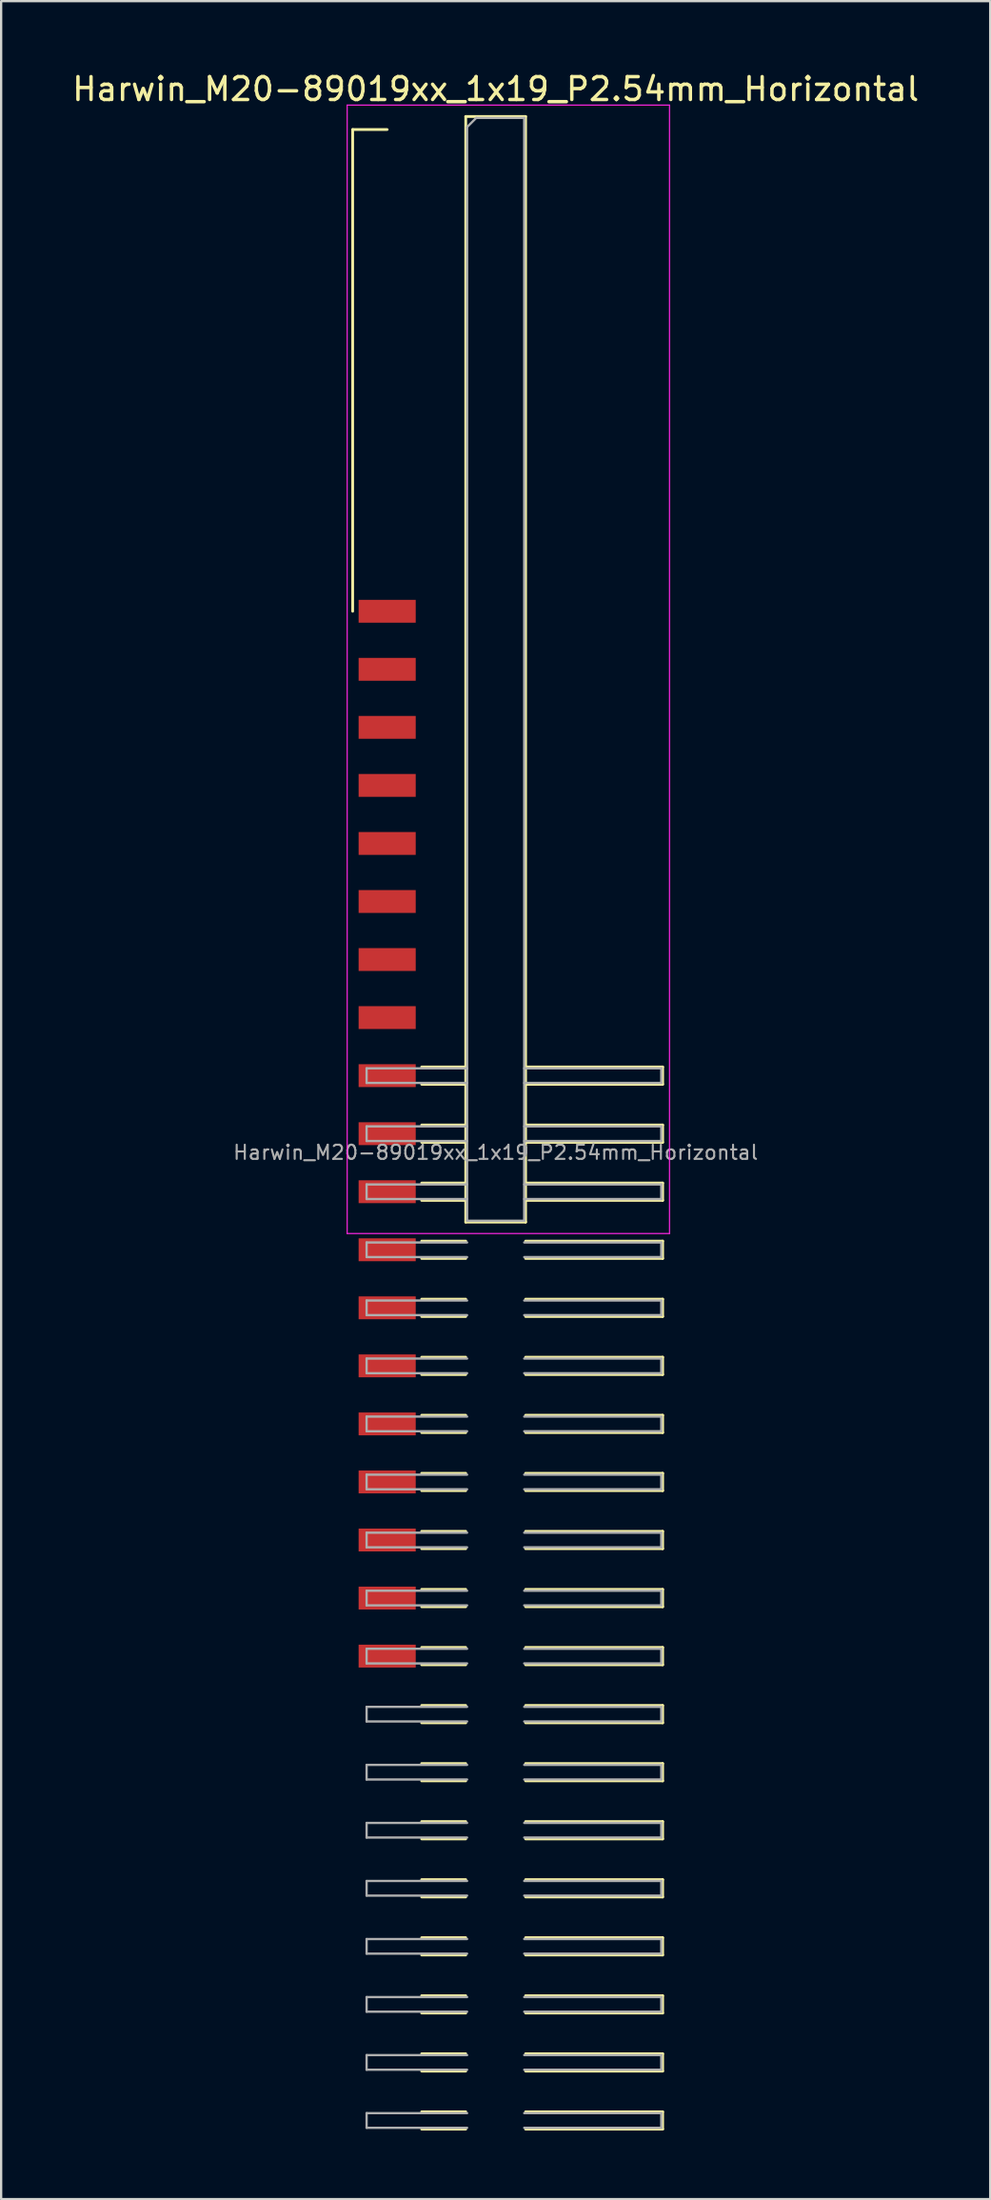
<source format=kicad_pcb>
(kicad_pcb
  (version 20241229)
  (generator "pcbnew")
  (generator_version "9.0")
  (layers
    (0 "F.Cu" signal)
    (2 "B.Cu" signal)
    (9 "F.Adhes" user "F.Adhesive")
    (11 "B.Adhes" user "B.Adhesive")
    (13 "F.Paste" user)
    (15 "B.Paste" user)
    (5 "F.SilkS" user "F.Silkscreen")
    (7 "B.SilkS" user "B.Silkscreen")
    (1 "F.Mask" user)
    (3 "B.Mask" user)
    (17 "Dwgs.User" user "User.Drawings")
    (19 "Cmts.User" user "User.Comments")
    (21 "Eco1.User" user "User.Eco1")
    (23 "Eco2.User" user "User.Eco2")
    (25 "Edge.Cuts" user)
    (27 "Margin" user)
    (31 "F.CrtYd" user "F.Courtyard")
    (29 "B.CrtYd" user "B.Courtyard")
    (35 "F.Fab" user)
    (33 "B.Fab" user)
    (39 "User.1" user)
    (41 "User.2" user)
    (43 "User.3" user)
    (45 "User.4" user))
  (footprint "Harwin_M20-89019xx_1x19_P2.54mm_Horizontal"
    (layer "F.Cu")
    (at 13.899 23.698)
    (property "Reference" "Harwin_M20-89019xx_1x19_P2.54mm_Horizontal" (at 4.75 -22.85 0) (layer "F.SilkS") (effects (font (size 1 1) (thickness 0.15))))
    (attr smd)
    (fp_line (start -1.51 -21.08) (end 0 -21.08) (stroke (width 0.12) (type solid)) (layer "F.SilkS"))
    (fp_line (start -1.51 0) (end -1.51 -21.08) (stroke (width 0.12) (type solid)) (layer "F.SilkS"))
    (fp_line (start 1.51 19.94) (end 3.44 19.94) (stroke (width 0.12) (type solid)) (layer "F.SilkS"))
    (fp_line (start 1.51 20.7) (end 3.44 20.7) (stroke (width 0.12) (type solid)) (layer "F.SilkS"))
    (fp_line (start 1.51 22.48) (end 3.44 22.48) (stroke (width 0.12) (type solid)) (layer "F.SilkS"))
    (fp_line (start 1.51 23.24) (end 3.44 23.24) (stroke (width 0.12) (type solid)) (layer "F.SilkS"))
    (fp_line (start 1.51 25.02) (end 3.44 25.02) (stroke (width 0.12) (type solid)) (layer "F.SilkS"))
    (fp_line (start 1.51 25.78) (end 3.44 25.78) (stroke (width 0.12) (type solid)) (layer "F.SilkS"))
    (fp_line (start 1.51 27.56) (end 3.44 27.56) (stroke (width 0.12) (type solid)) (layer "F.SilkS"))
    (fp_line (start 1.51 28.32) (end 3.44 28.32) (stroke (width 0.12) (type solid)) (layer "F.SilkS"))
    (fp_line (start 1.51 30.1) (end 3.44 30.1) (stroke (width 0.12) (type solid)) (layer "F.SilkS"))
    (fp_line (start 1.51 30.86) (end 3.44 30.86) (stroke (width 0.12) (type solid)) (layer "F.SilkS"))
    (fp_line (start 1.51 32.64) (end 3.44 32.64) (stroke (width 0.12) (type solid)) (layer "F.SilkS"))
    (fp_line (start 1.51 33.4) (end 3.44 33.4) (stroke (width 0.12) (type solid)) (layer "F.SilkS"))
    (fp_line (start 1.51 35.18) (end 3.44 35.18) (stroke (width 0.12) (type solid)) (layer "F.SilkS"))
    (fp_line (start 1.51 35.94) (end 3.44 35.94) (stroke (width 0.12) (type solid)) (layer "F.SilkS"))
    (fp_line (start 1.51 37.72) (end 3.44 37.72) (stroke (width 0.12) (type solid)) (layer "F.SilkS"))
    (fp_line (start 1.51 38.48) (end 3.44 38.48) (stroke (width 0.12) (type solid)) (layer "F.SilkS"))
    (fp_line (start 1.51 40.26) (end 3.44 40.26) (stroke (width 0.12) (type solid)) (layer "F.SilkS"))
    (fp_line (start 1.51 41.02) (end 3.44 41.02) (stroke (width 0.12) (type solid)) (layer "F.SilkS"))
    (fp_line (start 1.51 42.8) (end 3.44 42.8) (stroke (width 0.12) (type solid)) (layer "F.SilkS"))
    (fp_line (start 1.51 43.56) (end 3.44 43.56) (stroke (width 0.12) (type solid)) (layer "F.SilkS"))
    (fp_line (start 1.51 45.34) (end 3.44 45.34) (stroke (width 0.12) (type solid)) (layer "F.SilkS"))
    (fp_line (start 1.51 46.1) (end 3.44 46.1) (stroke (width 0.12) (type solid)) (layer "F.SilkS"))
    (fp_line (start 1.51 47.88) (end 3.44 47.88) (stroke (width 0.12) (type solid)) (layer "F.SilkS"))
    (fp_line (start 1.51 48.64) (end 3.44 48.64) (stroke (width 0.12) (type solid)) (layer "F.SilkS"))
    (fp_line (start 1.51 50.42) (end 3.44 50.42) (stroke (width 0.12) (type solid)) (layer "F.SilkS"))
    (fp_line (start 1.51 51.18) (end 3.44 51.18) (stroke (width 0.12) (type solid)) (layer "F.SilkS"))
    (fp_line (start 1.51 52.96) (end 3.44 52.96) (stroke (width 0.12) (type solid)) (layer "F.SilkS"))
    (fp_line (start 1.51 53.72) (end 3.44 53.72) (stroke (width 0.12) (type solid)) (layer "F.SilkS"))
    (fp_line (start 1.51 55.5) (end 3.44 55.5) (stroke (width 0.12) (type solid)) (layer "F.SilkS"))
    (fp_line (start 1.51 56.26) (end 3.44 56.26) (stroke (width 0.12) (type solid)) (layer "F.SilkS"))
    (fp_line (start 1.51 58.04) (end 3.44 58.04) (stroke (width 0.12) (type solid)) (layer "F.SilkS"))
    (fp_line (start 1.51 58.8) (end 3.44 58.8) (stroke (width 0.12) (type solid)) (layer "F.SilkS"))
    (fp_line (start 1.51 60.58) (end 3.44 60.58) (stroke (width 0.12) (type solid)) (layer "F.SilkS"))
    (fp_line (start 1.51 61.34) (end 3.44 61.34) (stroke (width 0.12) (type solid)) (layer "F.SilkS"))
    (fp_line (start 1.51 63.12) (end 3.44 63.12) (stroke (width 0.12) (type solid)) (layer "F.SilkS"))
    (fp_line (start 1.51 63.88) (end 3.44 63.88) (stroke (width 0.12) (type solid)) (layer "F.SilkS"))
    (fp_line (start 1.51 65.66) (end 3.44 65.66) (stroke (width 0.12) (type solid)) (layer "F.SilkS"))
    (fp_line (start 1.51 66.42) (end 3.44 66.42) (stroke (width 0.12) (type solid)) (layer "F.SilkS"))
    (fp_line (start 3.44 -21.65) (end 6.06 -21.65) (stroke (width 0.12) (type solid)) (layer "F.SilkS"))
    (fp_line (start 3.44 26.73) (end 3.44 -21.65) (stroke (width 0.12) (type solid)) (layer "F.SilkS"))
    (fp_line (start 6.06 -21.65) (end 6.06 26.73) (stroke (width 0.12) (type solid)) (layer "F.SilkS"))
    (fp_line (start 6.06 19.94) (end 12.06 19.94) (stroke (width 0.12) (type solid)) (layer "F.SilkS"))
    (fp_line (start 6.06 22.48) (end 12.06 22.48) (stroke (width 0.12) (type solid)) (layer "F.SilkS"))
    (fp_line (start 6.06 25.02) (end 12.06 25.02) (stroke (width 0.12) (type solid)) (layer "F.SilkS"))
    (fp_line (start 6.06 26.73) (end 3.44 26.73) (stroke (width 0.12) (type solid)) (layer "F.SilkS"))
    (fp_line (start 6.06 27.56) (end 12.06 27.56) (stroke (width 0.12) (type solid)) (layer "F.SilkS"))
    (fp_line (start 6.06 30.1) (end 12.06 30.1) (stroke (width 0.12) (type solid)) (layer "F.SilkS"))
    (fp_line (start 6.06 32.64) (end 12.06 32.64) (stroke (width 0.12) (type solid)) (layer "F.SilkS"))
    (fp_line (start 6.06 35.18) (end 12.06 35.18) (stroke (width 0.12) (type solid)) (layer "F.SilkS"))
    (fp_line (start 6.06 37.72) (end 12.06 37.72) (stroke (width 0.12) (type solid)) (layer "F.SilkS"))
    (fp_line (start 6.06 40.26) (end 12.06 40.26) (stroke (width 0.12) (type solid)) (layer "F.SilkS"))
    (fp_line (start 6.06 42.8) (end 12.06 42.8) (stroke (width 0.12) (type solid)) (layer "F.SilkS"))
    (fp_line (start 6.06 45.34) (end 12.06 45.34) (stroke (width 0.12) (type solid)) (layer "F.SilkS"))
    (fp_line (start 6.06 47.88) (end 12.06 47.88) (stroke (width 0.12) (type solid)) (layer "F.SilkS"))
    (fp_line (start 6.06 50.42) (end 12.06 50.42) (stroke (width 0.12) (type solid)) (layer "F.SilkS"))
    (fp_line (start 6.06 52.96) (end 12.06 52.96) (stroke (width 0.12) (type solid)) (layer "F.SilkS"))
    (fp_line (start 6.06 55.5) (end 12.06 55.5) (stroke (width 0.12) (type solid)) (layer "F.SilkS"))
    (fp_line (start 6.06 58.04) (end 12.06 58.04) (stroke (width 0.12) (type solid)) (layer "F.SilkS"))
    (fp_line (start 6.06 60.58) (end 12.06 60.58) (stroke (width 0.12) (type solid)) (layer "F.SilkS"))
    (fp_line (start 6.06 63.12) (end 12.06 63.12) (stroke (width 0.12) (type solid)) (layer "F.SilkS"))
    (fp_line (start 6.06 65.66) (end 12.06 65.66) (stroke (width 0.12) (type solid)) (layer "F.SilkS"))
    (fp_line (start 12.06 19.94) (end 12.06 20.7) (stroke (width 0.12) (type solid)) (layer "F.SilkS"))
    (fp_line (start 12.06 20.7) (end 6.06 20.7) (stroke (width 0.12) (type solid)) (layer "F.SilkS"))
    (fp_line (start 12.06 22.48) (end 12.06 23.24) (stroke (width 0.12) (type solid)) (layer "F.SilkS"))
    (fp_line (start 12.06 23.24) (end 6.06 23.24) (stroke (width 0.12) (type solid)) (layer "F.SilkS"))
    (fp_line (start 12.06 25.02) (end 12.06 25.78) (stroke (width 0.12) (type solid)) (layer "F.SilkS"))
    (fp_line (start 12.06 25.78) (end 6.06 25.78) (stroke (width 0.12) (type solid)) (layer "F.SilkS"))
    (fp_line (start 12.06 27.56) (end 12.06 28.32) (stroke (width 0.12) (type solid)) (layer "F.SilkS"))
    (fp_line (start 12.06 28.32) (end 6.06 28.32) (stroke (width 0.12) (type solid)) (layer "F.SilkS"))
    (fp_line (start 12.06 30.1) (end 12.06 30.86) (stroke (width 0.12) (type solid)) (layer "F.SilkS"))
    (fp_line (start 12.06 30.86) (end 6.06 30.86) (stroke (width 0.12) (type solid)) (layer "F.SilkS"))
    (fp_line (start 12.06 32.64) (end 12.06 33.4) (stroke (width 0.12) (type solid)) (layer "F.SilkS"))
    (fp_line (start 12.06 33.4) (end 6.06 33.4) (stroke (width 0.12) (type solid)) (layer "F.SilkS"))
    (fp_line (start 12.06 35.18) (end 12.06 35.94) (stroke (width 0.12) (type solid)) (layer "F.SilkS"))
    (fp_line (start 12.06 35.94) (end 6.06 35.94) (stroke (width 0.12) (type solid)) (layer "F.SilkS"))
    (fp_line (start 12.06 37.72) (end 12.06 38.48) (stroke (width 0.12) (type solid)) (layer "F.SilkS"))
    (fp_line (start 12.06 38.48) (end 6.06 38.48) (stroke (width 0.12) (type solid)) (layer "F.SilkS"))
    (fp_line (start 12.06 40.26) (end 12.06 41.02) (stroke (width 0.12) (type solid)) (layer "F.SilkS"))
    (fp_line (start 12.06 41.02) (end 6.06 41.02) (stroke (width 0.12) (type solid)) (layer "F.SilkS"))
    (fp_line (start 12.06 42.8) (end 12.06 43.56) (stroke (width 0.12) (type solid)) (layer "F.SilkS"))
    (fp_line (start 12.06 43.56) (end 6.06 43.56) (stroke (width 0.12) (type solid)) (layer "F.SilkS"))
    (fp_line (start 12.06 45.34) (end 12.06 46.1) (stroke (width 0.12) (type solid)) (layer "F.SilkS"))
    (fp_line (start 12.06 46.1) (end 6.06 46.1) (stroke (width 0.12) (type solid)) (layer "F.SilkS"))
    (fp_line (start 12.06 47.88) (end 12.06 48.64) (stroke (width 0.12) (type solid)) (layer "F.SilkS"))
    (fp_line (start 12.06 48.64) (end 6.06 48.64) (stroke (width 0.12) (type solid)) (layer "F.SilkS"))
    (fp_line (start 12.06 50.42) (end 12.06 51.18) (stroke (width 0.12) (type solid)) (layer "F.SilkS"))
    (fp_line (start 12.06 51.18) (end 6.06 51.18) (stroke (width 0.12) (type solid)) (layer "F.SilkS"))
    (fp_line (start 12.06 52.96) (end 12.06 53.72) (stroke (width 0.12) (type solid)) (layer "F.SilkS"))
    (fp_line (start 12.06 53.72) (end 6.06 53.72) (stroke (width 0.12) (type solid)) (layer "F.SilkS"))
    (fp_line (start 12.06 55.5) (end 12.06 56.26) (stroke (width 0.12) (type solid)) (layer "F.SilkS"))
    (fp_line (start 12.06 56.26) (end 6.06 56.26) (stroke (width 0.12) (type solid)) (layer "F.SilkS"))
    (fp_line (start 12.06 58.04) (end 12.06 58.8) (stroke (width 0.12) (type solid)) (layer "F.SilkS"))
    (fp_line (start 12.06 58.8) (end 6.06 58.8) (stroke (width 0.12) (type solid)) (layer "F.SilkS"))
    (fp_line (start 12.06 60.58) (end 12.06 61.34) (stroke (width 0.12) (type solid)) (layer "F.SilkS"))
    (fp_line (start 12.06 61.34) (end 6.06 61.34) (stroke (width 0.12) (type solid)) (layer "F.SilkS"))
    (fp_line (start 12.06 63.12) (end 12.06 63.88) (stroke (width 0.12) (type solid)) (layer "F.SilkS"))
    (fp_line (start 12.06 63.88) (end 6.06 63.88) (stroke (width 0.12) (type solid)) (layer "F.SilkS"))
    (fp_line (start 12.06 65.66) (end 12.06 66.42) (stroke (width 0.12) (type solid)) (layer "F.SilkS"))
    (fp_line (start 12.06 66.42) (end 6.06 66.42) (stroke (width 0.12) (type solid)) (layer "F.SilkS"))
    (fp_line (start -1.75 -22.15) (end 12.36 -22.15) (stroke (width 0.05) (type solid)) (layer "F.CrtYd"))
    (fp_line (start -1.75 27.23) (end -1.75 -22.15) (stroke (width 0.05) (type solid)) (layer "F.CrtYd"))
    (fp_line (start 12.36 -22.15) (end 12.36 27.23) (stroke (width 0.05) (type solid)) (layer "F.CrtYd"))
    (fp_line (start 12.36 27.23) (end -1.75 27.23) (stroke (width 0.05) (type solid)) (layer "F.CrtYd"))
    (fp_line (start -0.9 20) (end -0.9 20.64) (stroke (width 0.1) (type solid)) (layer "F.Fab"))
    (fp_line (start -0.9 20.64) (end 3.5 20.64) (stroke (width 0.1) (type solid)) (layer "F.Fab"))
    (fp_line (start -0.9 22.54) (end -0.9 23.18) (stroke (width 0.1) (type solid)) (layer "F.Fab"))
    (fp_line (start -0.9 23.18) (end 3.5 23.18) (stroke (width 0.1) (type solid)) (layer "F.Fab"))
    (fp_line (start -0.9 25.08) (end -0.9 25.72) (stroke (width 0.1) (type solid)) (layer "F.Fab"))
    (fp_line (start -0.9 25.72) (end 3.5 25.72) (stroke (width 0.1) (type solid)) (layer "F.Fab"))
    (fp_line (start -0.9 27.62) (end -0.9 28.26) (stroke (width 0.1) (type solid)) (layer "F.Fab"))
    (fp_line (start -0.9 28.26) (end 3.5 28.26) (stroke (width 0.1) (type solid)) (layer "F.Fab"))
    (fp_line (start -0.9 30.16) (end -0.9 30.8) (stroke (width 0.1) (type solid)) (layer "F.Fab"))
    (fp_line (start -0.9 30.8) (end 3.5 30.8) (stroke (width 0.1) (type solid)) (layer "F.Fab"))
    (fp_line (start -0.9 32.7) (end -0.9 33.34) (stroke (width 0.1) (type solid)) (layer "F.Fab"))
    (fp_line (start -0.9 33.34) (end 3.5 33.34) (stroke (width 0.1) (type solid)) (layer "F.Fab"))
    (fp_line (start -0.9 35.24) (end -0.9 35.88) (stroke (width 0.1) (type solid)) (layer "F.Fab"))
    (fp_line (start -0.9 35.88) (end 3.5 35.88) (stroke (width 0.1) (type solid)) (layer "F.Fab"))
    (fp_line (start -0.9 37.78) (end -0.9 38.42) (stroke (width 0.1) (type solid)) (layer "F.Fab"))
    (fp_line (start -0.9 38.42) (end 3.5 38.42) (stroke (width 0.1) (type solid)) (layer "F.Fab"))
    (fp_line (start -0.9 40.32) (end -0.9 40.96) (stroke (width 0.1) (type solid)) (layer "F.Fab"))
    (fp_line (start -0.9 40.96) (end 3.5 40.96) (stroke (width 0.1) (type solid)) (layer "F.Fab"))
    (fp_line (start -0.9 42.86) (end -0.9 43.5) (stroke (width 0.1) (type solid)) (layer "F.Fab"))
    (fp_line (start -0.9 43.5) (end 3.5 43.5) (stroke (width 0.1) (type solid)) (layer "F.Fab"))
    (fp_line (start -0.9 45.4) (end -0.9 46.04) (stroke (width 0.1) (type solid)) (layer "F.Fab"))
    (fp_line (start -0.9 46.04) (end 3.5 46.04) (stroke (width 0.1) (type solid)) (layer "F.Fab"))
    (fp_line (start -0.9 47.94) (end -0.9 48.58) (stroke (width 0.1) (type solid)) (layer "F.Fab"))
    (fp_line (start -0.9 48.58) (end 3.5 48.58) (stroke (width 0.1) (type solid)) (layer "F.Fab"))
    (fp_line (start -0.9 50.48) (end -0.9 51.12) (stroke (width 0.1) (type solid)) (layer "F.Fab"))
    (fp_line (start -0.9 51.12) (end 3.5 51.12) (stroke (width 0.1) (type solid)) (layer "F.Fab"))
    (fp_line (start -0.9 53.02) (end -0.9 53.66) (stroke (width 0.1) (type solid)) (layer "F.Fab"))
    (fp_line (start -0.9 53.66) (end 3.5 53.66) (stroke (width 0.1) (type solid)) (layer "F.Fab"))
    (fp_line (start -0.9 55.56) (end -0.9 56.2) (stroke (width 0.1) (type solid)) (layer "F.Fab"))
    (fp_line (start -0.9 56.2) (end 3.5 56.2) (stroke (width 0.1) (type solid)) (layer "F.Fab"))
    (fp_line (start -0.9 58.1) (end -0.9 58.74) (stroke (width 0.1) (type solid)) (layer "F.Fab"))
    (fp_line (start -0.9 58.74) (end 3.5 58.74) (stroke (width 0.1) (type solid)) (layer "F.Fab"))
    (fp_line (start -0.9 60.64) (end -0.9 61.28) (stroke (width 0.1) (type solid)) (layer "F.Fab"))
    (fp_line (start -0.9 61.28) (end 3.5 61.28) (stroke (width 0.1) (type solid)) (layer "F.Fab"))
    (fp_line (start -0.9 63.18) (end -0.9 63.82) (stroke (width 0.1) (type solid)) (layer "F.Fab"))
    (fp_line (start -0.9 63.82) (end 3.5 63.82) (stroke (width 0.1) (type solid)) (layer "F.Fab"))
    (fp_line (start -0.9 65.72) (end -0.9 66.36) (stroke (width 0.1) (type solid)) (layer "F.Fab"))
    (fp_line (start -0.9 66.36) (end 3.5 66.36) (stroke (width 0.1) (type solid)) (layer "F.Fab"))
    (fp_line (start 3.5 -21.19) (end 3.9 -21.59) (stroke (width 0.1) (type solid)) (layer "F.Fab"))
    (fp_line (start 3.5 20) (end -0.9 20) (stroke (width 0.1) (type solid)) (layer "F.Fab"))
    (fp_line (start 3.5 22.54) (end -0.9 22.54) (stroke (width 0.1) (type solid)) (layer "F.Fab"))
    (fp_line (start 3.5 25.08) (end -0.9 25.08) (stroke (width 0.1) (type solid)) (layer "F.Fab"))
    (fp_line (start 3.5 26.67) (end 3.5 -21.19) (stroke (width 0.1) (type solid)) (layer "F.Fab"))
    (fp_line (start 3.5 27.62) (end -0.9 27.62) (stroke (width 0.1) (type solid)) (layer "F.Fab"))
    (fp_line (start 3.5 30.16) (end -0.9 30.16) (stroke (width 0.1) (type solid)) (layer "F.Fab"))
    (fp_line (start 3.5 32.7) (end -0.9 32.7) (stroke (width 0.1) (type solid)) (layer "F.Fab"))
    (fp_line (start 3.5 35.24) (end -0.9 35.24) (stroke (width 0.1) (type solid)) (layer "F.Fab"))
    (fp_line (start 3.5 37.78) (end -0.9 37.78) (stroke (width 0.1) (type solid)) (layer "F.Fab"))
    (fp_line (start 3.5 40.32) (end -0.9 40.32) (stroke (width 0.1) (type solid)) (layer "F.Fab"))
    (fp_line (start 3.5 42.86) (end -0.9 42.86) (stroke (width 0.1) (type solid)) (layer "F.Fab"))
    (fp_line (start 3.5 45.4) (end -0.9 45.4) (stroke (width 0.1) (type solid)) (layer "F.Fab"))
    (fp_line (start 3.5 47.94) (end -0.9 47.94) (stroke (width 0.1) (type solid)) (layer "F.Fab"))
    (fp_line (start 3.5 50.48) (end -0.9 50.48) (stroke (width 0.1) (type solid)) (layer "F.Fab"))
    (fp_line (start 3.5 53.02) (end -0.9 53.02) (stroke (width 0.1) (type solid)) (layer "F.Fab"))
    (fp_line (start 3.5 55.56) (end -0.9 55.56) (stroke (width 0.1) (type solid)) (layer "F.Fab"))
    (fp_line (start 3.5 58.1) (end -0.9 58.1) (stroke (width 0.1) (type solid)) (layer "F.Fab"))
    (fp_line (start 3.5 60.64) (end -0.9 60.64) (stroke (width 0.1) (type solid)) (layer "F.Fab"))
    (fp_line (start 3.5 63.18) (end -0.9 63.18) (stroke (width 0.1) (type solid)) (layer "F.Fab"))
    (fp_line (start 3.5 65.72) (end -0.9 65.72) (stroke (width 0.1) (type solid)) (layer "F.Fab"))
    (fp_line (start 3.9 -21.59) (end 6 -21.59) (stroke (width 0.1) (type solid)) (layer "F.Fab"))
    (fp_line (start 6 -21.59) (end 6 26.67) (stroke (width 0.1) (type solid)) (layer "F.Fab"))
    (fp_line (start 6 20) (end 12 20) (stroke (width 0.1) (type solid)) (layer "F.Fab"))
    (fp_line (start 6 22.54) (end 12 22.54) (stroke (width 0.1) (type solid)) (layer "F.Fab"))
    (fp_line (start 6 25.08) (end 12 25.08) (stroke (width 0.1) (type solid)) (layer "F.Fab"))
    (fp_line (start 6 26.67) (end 3.5 26.67) (stroke (width 0.1) (type solid)) (layer "F.Fab"))
    (fp_line (start 6 27.62) (end 12 27.62) (stroke (width 0.1) (type solid)) (layer "F.Fab"))
    (fp_line (start 6 30.16) (end 12 30.16) (stroke (width 0.1) (type solid)) (layer "F.Fab"))
    (fp_line (start 6 32.7) (end 12 32.7) (stroke (width 0.1) (type solid)) (layer "F.Fab"))
    (fp_line (start 6 35.24) (end 12 35.24) (stroke (width 0.1) (type solid)) (layer "F.Fab"))
    (fp_line (start 6 37.78) (end 12 37.78) (stroke (width 0.1) (type solid)) (layer "F.Fab"))
    (fp_line (start 6 40.32) (end 12 40.32) (stroke (width 0.1) (type solid)) (layer "F.Fab"))
    (fp_line (start 6 42.86) (end 12 42.86) (stroke (width 0.1) (type solid)) (layer "F.Fab"))
    (fp_line (start 6 45.4) (end 12 45.4) (stroke (width 0.1) (type solid)) (layer "F.Fab"))
    (fp_line (start 6 47.94) (end 12 47.94) (stroke (width 0.1) (type solid)) (layer "F.Fab"))
    (fp_line (start 6 50.48) (end 12 50.48) (stroke (width 0.1) (type solid)) (layer "F.Fab"))
    (fp_line (start 6 53.02) (end 12 53.02) (stroke (width 0.1) (type solid)) (layer "F.Fab"))
    (fp_line (start 6 55.56) (end 12 55.56) (stroke (width 0.1) (type solid)) (layer "F.Fab"))
    (fp_line (start 6 58.1) (end 12 58.1) (stroke (width 0.1) (type solid)) (layer "F.Fab"))
    (fp_line (start 6 60.64) (end 12 60.64) (stroke (width 0.1) (type solid)) (layer "F.Fab"))
    (fp_line (start 6 63.18) (end 12 63.18) (stroke (width 0.1) (type solid)) (layer "F.Fab"))
    (fp_line (start 6 65.72) (end 12 65.72) (stroke (width 0.1) (type solid)) (layer "F.Fab"))
    (fp_line (start 12 20) (end 12 20.64) (stroke (width 0.1) (type solid)) (layer "F.Fab"))
    (fp_line (start 12 20.64) (end 6 20.64) (stroke (width 0.1) (type solid)) (layer "F.Fab"))
    (fp_line (start 12 22.54) (end 12 23.18) (stroke (width 0.1) (type solid)) (layer "F.Fab"))
    (fp_line (start 12 23.18) (end 6 23.18) (stroke (width 0.1) (type solid)) (layer "F.Fab"))
    (fp_line (start 12 25.08) (end 12 25.72) (stroke (width 0.1) (type solid)) (layer "F.Fab"))
    (fp_line (start 12 25.72) (end 6 25.72) (stroke (width 0.1) (type solid)) (layer "F.Fab"))
    (fp_line (start 12 27.62) (end 12 28.26) (stroke (width 0.1) (type solid)) (layer "F.Fab"))
    (fp_line (start 12 28.26) (end 6 28.26) (stroke (width 0.1) (type solid)) (layer "F.Fab"))
    (fp_line (start 12 30.16) (end 12 30.8) (stroke (width 0.1) (type solid)) (layer "F.Fab"))
    (fp_line (start 12 30.8) (end 6 30.8) (stroke (width 0.1) (type solid)) (layer "F.Fab"))
    (fp_line (start 12 32.7) (end 12 33.34) (stroke (width 0.1) (type solid)) (layer "F.Fab"))
    (fp_line (start 12 33.34) (end 6 33.34) (stroke (width 0.1) (type solid)) (layer "F.Fab"))
    (fp_line (start 12 35.24) (end 12 35.88) (stroke (width 0.1) (type solid)) (layer "F.Fab"))
    (fp_line (start 12 35.88) (end 6 35.88) (stroke (width 0.1) (type solid)) (layer "F.Fab"))
    (fp_line (start 12 37.78) (end 12 38.42) (stroke (width 0.1) (type solid)) (layer "F.Fab"))
    (fp_line (start 12 38.42) (end 6 38.42) (stroke (width 0.1) (type solid)) (layer "F.Fab"))
    (fp_line (start 12 40.32) (end 12 40.96) (stroke (width 0.1) (type solid)) (layer "F.Fab"))
    (fp_line (start 12 40.96) (end 6 40.96) (stroke (width 0.1) (type solid)) (layer "F.Fab"))
    (fp_line (start 12 42.86) (end 12 43.5) (stroke (width 0.1) (type solid)) (layer "F.Fab"))
    (fp_line (start 12 43.5) (end 6 43.5) (stroke (width 0.1) (type solid)) (layer "F.Fab"))
    (fp_line (start 12 45.4) (end 12 46.04) (stroke (width 0.1) (type solid)) (layer "F.Fab"))
    (fp_line (start 12 46.04) (end 6 46.04) (stroke (width 0.1) (type solid)) (layer "F.Fab"))
    (fp_line (start 12 47.94) (end 12 48.58) (stroke (width 0.1) (type solid)) (layer "F.Fab"))
    (fp_line (start 12 48.58) (end 6 48.58) (stroke (width 0.1) (type solid)) (layer "F.Fab"))
    (fp_line (start 12 50.48) (end 12 51.12) (stroke (width 0.1) (type solid)) (layer "F.Fab"))
    (fp_line (start 12 51.12) (end 6 51.12) (stroke (width 0.1) (type solid)) (layer "F.Fab"))
    (fp_line (start 12 53.02) (end 12 53.66) (stroke (width 0.1) (type solid)) (layer "F.Fab"))
    (fp_line (start 12 53.66) (end 6 53.66) (stroke (width 0.1) (type solid)) (layer "F.Fab"))
    (fp_line (start 12 55.56) (end 12 56.2) (stroke (width 0.1) (type solid)) (layer "F.Fab"))
    (fp_line (start 12 56.2) (end 6 56.2) (stroke (width 0.1) (type solid)) (layer "F.Fab"))
    (fp_line (start 12 58.1) (end 12 58.74) (stroke (width 0.1) (type solid)) (layer "F.Fab"))
    (fp_line (start 12 58.74) (end 6 58.74) (stroke (width 0.1) (type solid)) (layer "F.Fab"))
    (fp_line (start 12 60.64) (end 12 61.28) (stroke (width 0.1) (type solid)) (layer "F.Fab"))
    (fp_line (start 12 61.28) (end 6 61.28) (stroke (width 0.1) (type solid)) (layer "F.Fab"))
    (fp_line (start 12 63.18) (end 12 63.82) (stroke (width 0.1) (type solid)) (layer "F.Fab"))
    (fp_line (start 12 63.82) (end 6 63.82) (stroke (width 0.1) (type solid)) (layer "F.Fab"))
    (fp_line (start 12 65.72) (end 12 66.36) (stroke (width 0.1) (type solid)) (layer "F.Fab"))
    (fp_line (start 12 66.36) (end 6 66.36) (stroke (width 0.1) (type solid)) (layer "F.Fab"))
    (fp_text user "${REFERENCE}" (at 4.75 23.68 0) (layer "F.Fab") (effects (font (size 0.62 0.62) (thickness 0.09))))
    (pad "1" smd rect (at 0 0) (size 2.5 1) (layers "F.Cu" "F.Mask" "F.Paste"))
    (pad "2" smd rect (at 0 2.54) (size 2.5 1) (layers "F.Cu" "F.Mask" "F.Paste"))
    (pad "3" smd rect (at 0 5.08) (size 2.5 1) (layers "F.Cu" "F.Mask" "F.Paste"))
    (pad "4" smd rect (at 0 7.62) (size 2.5 1) (layers "F.Cu" "F.Mask" "F.Paste"))
    (pad "5" smd rect (at 0 10.16) (size 2.5 1) (layers "F.Cu" "F.Mask" "F.Paste"))
    (pad "6" smd rect (at 0 12.7) (size 2.5 1) (layers "F.Cu" "F.Mask" "F.Paste"))
    (pad "7" smd rect (at 0 15.24) (size 2.5 1) (layers "F.Cu" "F.Mask" "F.Paste"))
    (pad "8" smd rect (at 0 17.78) (size 2.5 1) (layers "F.Cu" "F.Mask" "F.Paste"))
    (pad "9" smd rect (at 0 20.32) (size 2.5 1) (layers "F.Cu" "F.Mask" "F.Paste"))
    (pad "10" smd rect (at 0 22.86) (size 2.5 1) (layers "F.Cu" "F.Mask" "F.Paste"))
    (pad "11" smd rect (at 0 25.4) (size 2.5 1) (layers "F.Cu" "F.Mask" "F.Paste"))
    (pad "12" smd rect (at 0 27.94) (size 2.5 1) (layers "F.Cu" "F.Mask" "F.Paste"))
    (pad "13" smd rect (at 0 30.48) (size 2.5 1) (layers "F.Cu" "F.Mask" "F.Paste"))
    (pad "14" smd rect (at 0 33.02) (size 2.5 1) (layers "F.Cu" "F.Mask" "F.Paste"))
    (pad "15" smd rect (at 0 35.56) (size 2.5 1) (layers "F.Cu" "F.Mask" "F.Paste"))
    (pad "16" smd rect (at 0 38.1) (size 2.5 1) (layers "F.Cu" "F.Mask" "F.Paste"))
    (pad "17" smd rect (at 0 40.64) (size 2.5 1) (layers "F.Cu" "F.Mask" "F.Paste"))
    (pad "18" smd rect (at 0 43.18) (size 2.5 1) (layers "F.Cu" "F.Mask" "F.Paste"))
    (pad "19" smd rect (at 0 45.72) (size 2.5 1) (layers "F.Cu" "F.Mask" "F.Paste")))
  (gr_rect
    (start -3 -3)
    (end 40.298 93.178)
    (stroke (width 0.1) (type default))
    (fill no)
    (layer "Edge.Cuts")))
</source>
